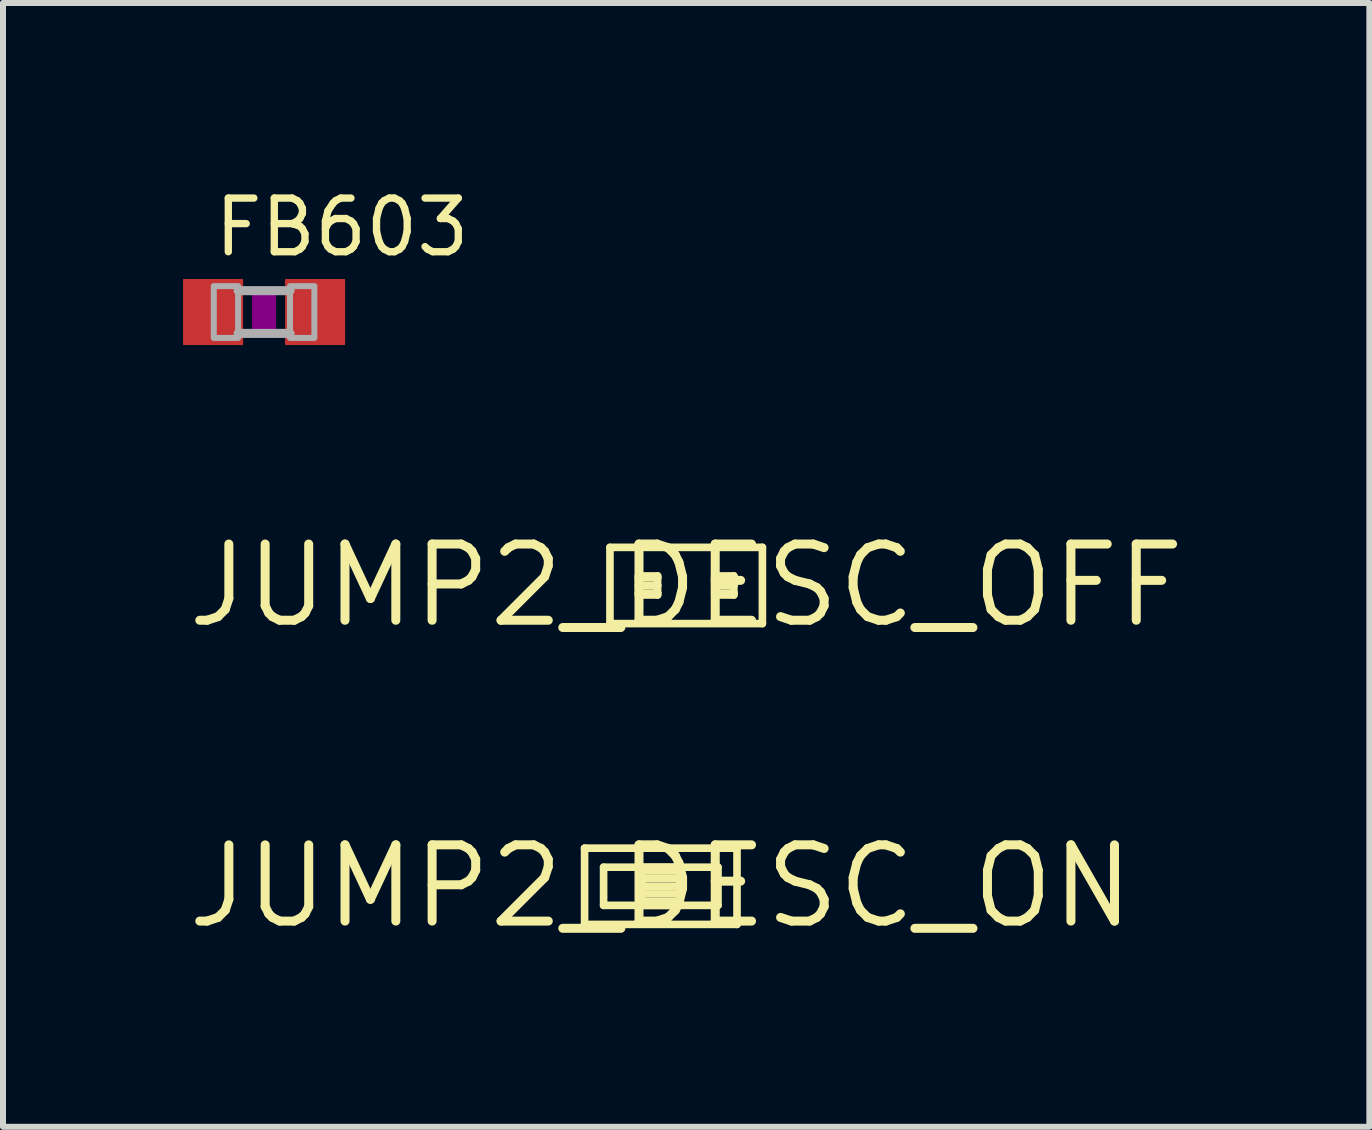
<source format=kicad_pcb>
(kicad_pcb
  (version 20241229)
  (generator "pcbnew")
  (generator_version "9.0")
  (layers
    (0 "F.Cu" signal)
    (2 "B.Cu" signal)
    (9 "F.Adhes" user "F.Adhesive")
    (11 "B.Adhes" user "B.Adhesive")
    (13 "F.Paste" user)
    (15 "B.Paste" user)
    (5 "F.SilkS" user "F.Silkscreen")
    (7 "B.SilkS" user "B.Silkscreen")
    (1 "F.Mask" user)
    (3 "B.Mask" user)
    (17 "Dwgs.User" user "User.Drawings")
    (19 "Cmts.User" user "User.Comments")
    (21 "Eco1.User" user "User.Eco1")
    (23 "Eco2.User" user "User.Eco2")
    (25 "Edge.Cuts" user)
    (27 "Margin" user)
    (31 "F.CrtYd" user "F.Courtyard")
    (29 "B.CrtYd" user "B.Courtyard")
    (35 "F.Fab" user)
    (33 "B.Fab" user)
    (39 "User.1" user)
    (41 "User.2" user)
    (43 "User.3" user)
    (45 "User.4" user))
  (footprint "JUMP2_DESC_ON"
    (layer "F.Cu")
    (at 7.96 11.717)
    (property "Reference" "JUMP2_DESC_ON" (at 0 0 0) (layer "F.SilkS") (effects (font (size 1.27 1.27) (thickness 0.15))))
    (fp_line (start -1.27 -0.635) (end 1.27 -0.635) (stroke (width 0.127) (type solid)) (layer "F.SilkS"))
    (fp_line (start -1.27 0.635) (end -1.27 -0.635) (stroke (width 0.127) (type solid)) (layer "F.SilkS"))
    (fp_line (start -0.953 -0.318) (end 0.953 -0.318) (stroke (width 0.127) (type solid)) (layer "F.SilkS"))
    (fp_line (start -0.953 0.318) (end -0.953 -0.318) (stroke (width 0.127) (type solid)) (layer "F.SilkS"))
    (fp_line (start -0.318 -0.318) (end 0.318 -0.318) (stroke (width 0.127) (type solid)) (layer "F.SilkS"))
    (fp_line (start -0.318 -0.254) (end -0.318 -0.318) (stroke (width 0.127) (type solid)) (layer "F.SilkS"))
    (fp_line (start -0.318 -0.254) (end 0.318 -0.254) (stroke (width 0.127) (type solid)) (layer "F.SilkS"))
    (fp_line (start -0.318 -0.127) (end -0.318 -0.254) (stroke (width 0.127) (type solid)) (layer "F.SilkS"))
    (fp_line (start -0.318 -0.127) (end 0.318 -0.127) (stroke (width 0.127) (type solid)) (layer "F.SilkS"))
    (fp_line (start -0.318 0) (end -0.318 -0.127) (stroke (width 0.127) (type solid)) (layer "F.SilkS"))
    (fp_line (start -0.318 0) (end 0.318 0) (stroke (width 0.127) (type solid)) (layer "F.SilkS"))
    (fp_line (start -0.318 0.127) (end -0.318 0) (stroke (width 0.127) (type solid)) (layer "F.SilkS"))
    (fp_line (start -0.318 0.127) (end 0.318 0.127) (stroke (width 0.127) (type solid)) (layer "F.SilkS"))
    (fp_line (start -0.318 0.254) (end -0.318 0.127) (stroke (width 0.127) (type solid)) (layer "F.SilkS"))
    (fp_line (start -0.318 0.254) (end 0.318 0.254) (stroke (width 0.127) (type solid)) (layer "F.SilkS"))
    (fp_line (start -0.318 0.318) (end -0.318 0.254) (stroke (width 0.127) (type solid)) (layer "F.SilkS"))
    (fp_line (start 0.318 -0.318) (end 0.318 -0.254) (stroke (width 0.127) (type solid)) (layer "F.SilkS"))
    (fp_line (start 0.318 -0.254) (end 0.318 -0.127) (stroke (width 0.127) (type solid)) (layer "F.SilkS"))
    (fp_line (start 0.318 -0.127) (end 0.318 0) (stroke (width 0.127) (type solid)) (layer "F.SilkS"))
    (fp_line (start 0.318 0) (end 0.318 0.127) (stroke (width 0.127) (type solid)) (layer "F.SilkS"))
    (fp_line (start 0.318 0.127) (end 0.318 0.254) (stroke (width 0.127) (type solid)) (layer "F.SilkS"))
    (fp_line (start 0.318 0.254) (end 0.318 0.318) (stroke (width 0.127) (type solid)) (layer "F.SilkS"))
    (fp_line (start 0.318 0.318) (end -0.318 0.318) (stroke (width 0.127) (type solid)) (layer "F.SilkS"))
    (fp_line (start 0.953 -0.318) (end 0.953 0.318) (stroke (width 0.127) (type solid)) (layer "F.SilkS"))
    (fp_line (start 0.953 0.318) (end -0.953 0.318) (stroke (width 0.127) (type solid)) (layer "F.SilkS"))
    (fp_line (start 1.27 -0.635) (end 1.27 0.635) (stroke (width 0.127) (type solid)) (layer "F.SilkS"))
    (fp_line (start 1.27 0.635) (end -1.27 0.635) (stroke (width 0.127) (type solid)) (layer "F.SilkS")))
  (footprint "JUMP2_DESC_OFF"
    (layer "F.Cu")
    (at 8.383 6.705)
    (property "Reference" "JUMP2_DESC_OFF" (at 0 0 0) (layer "F.SilkS") (effects (font (size 1.27 1.27) (thickness 0.15))))
    (fp_line (start -1.27 -0.635) (end 1.27 -0.635) (stroke (width 0.127) (type solid)) (layer "F.SilkS"))
    (fp_line (start -1.27 0.635) (end -1.27 -0.635) (stroke (width 0.127) (type solid)) (layer "F.SilkS"))
    (fp_line (start -0.794 -0.159) (end -0.476 -0.159) (stroke (width 0.127) (type solid)) (layer "F.SilkS"))
    (fp_line (start -0.794 -0.127) (end -0.794 -0.159) (stroke (width 0.127) (type solid)) (layer "F.SilkS"))
    (fp_line (start -0.794 -0.127) (end -0.476 -0.127) (stroke (width 0.127) (type solid)) (layer "F.SilkS"))
    (fp_line (start -0.794 0) (end -0.794 -0.127) (stroke (width 0.127) (type solid)) (layer "F.SilkS"))
    (fp_line (start -0.794 0) (end -0.476 0) (stroke (width 0.127) (type solid)) (layer "F.SilkS"))
    (fp_line (start -0.794 0.127) (end -0.794 0) (stroke (width 0.127) (type solid)) (layer "F.SilkS"))
    (fp_line (start -0.794 0.127) (end -0.476 0.127) (stroke (width 0.127) (type solid)) (layer "F.SilkS"))
    (fp_line (start -0.794 0.159) (end -0.794 0.127) (stroke (width 0.127) (type solid)) (layer "F.SilkS"))
    (fp_line (start -0.476 -0.159) (end -0.476 -0.127) (stroke (width 0.127) (type solid)) (layer "F.SilkS"))
    (fp_line (start -0.476 -0.127) (end -0.476 0) (stroke (width 0.127) (type solid)) (layer "F.SilkS"))
    (fp_line (start -0.476 0) (end -0.476 0.127) (stroke (width 0.127) (type solid)) (layer "F.SilkS"))
    (fp_line (start -0.476 0.127) (end -0.476 0.159) (stroke (width 0.127) (type solid)) (layer "F.SilkS"))
    (fp_line (start -0.476 0.159) (end -0.794 0.159) (stroke (width 0.127) (type solid)) (layer "F.SilkS"))
    (fp_line (start 0.476 -0.159) (end 0.794 -0.159) (stroke (width 0.127) (type solid)) (layer "F.SilkS"))
    (fp_line (start 0.476 -0.127) (end 0.476 -0.159) (stroke (width 0.127) (type solid)) (layer "F.SilkS"))
    (fp_line (start 0.476 -0.127) (end 0.794 -0.127) (stroke (width 0.127) (type solid)) (layer "F.SilkS"))
    (fp_line (start 0.476 0) (end 0.476 -0.127) (stroke (width 0.127) (type solid)) (layer "F.SilkS"))
    (fp_line (start 0.476 0) (end 0.794 0) (stroke (width 0.127) (type solid)) (layer "F.SilkS"))
    (fp_line (start 0.476 0.127) (end 0.476 0) (stroke (width 0.127) (type solid)) (layer "F.SilkS"))
    (fp_line (start 0.476 0.127) (end 0.794 0.127) (stroke (width 0.127) (type solid)) (layer "F.SilkS"))
    (fp_line (start 0.476 0.159) (end 0.476 0.127) (stroke (width 0.127) (type solid)) (layer "F.SilkS"))
    (fp_line (start 0.794 -0.159) (end 0.794 -0.127) (stroke (width 0.127) (type solid)) (layer "F.SilkS"))
    (fp_line (start 0.794 -0.127) (end 0.794 0) (stroke (width 0.127) (type solid)) (layer "F.SilkS"))
    (fp_line (start 0.794 0) (end 0.794 0.127) (stroke (width 0.127) (type solid)) (layer "F.SilkS"))
    (fp_line (start 0.794 0.127) (end 0.794 0.159) (stroke (width 0.127) (type solid)) (layer "F.SilkS"))
    (fp_line (start 0.794 0.159) (end 0.476 0.159) (stroke (width 0.127) (type solid)) (layer "F.SilkS"))
    (fp_line (start 1.27 -0.635) (end 1.27 0.635) (stroke (width 0.127) (type solid)) (layer "F.SilkS"))
    (fp_line (start 1.27 0.635) (end -1.27 0.635) (stroke (width 0.127) (type solid)) (layer "F.SilkS")))
  (footprint "FB603"
    (layer "F.Cu")
    (at 1.35 2.149)
    (property "Reference" "FB603" (at -0.889 -0.889 0) (layer "F.SilkS") (effects (font (size 0.894 0.894) (thickness 0.122)) (justify left bottom)))
    (fp_poly (pts (xy -0.2 0.4) (xy 0.2 0.4) (xy 0.2 -0.4) (xy -0.2 -0.4)) (stroke (width 0) (type default)) (fill yes) (layer "F.Adhes"))
    (fp_line (start -0.432 0.356) (end 0.432 0.356) (stroke (width 0.152) (type solid)) (layer "F.Fab"))
    (fp_line (start 0.432 -0.356) (end -0.432 -0.356) (stroke (width 0.152) (type solid)) (layer "F.Fab"))
    (fp_poly (pts (xy -0.838 0.432) (xy -0.432 0.432) (xy -0.432 -0.432) (xy -0.838 -0.432)) (stroke (width 0.1) (type default)) (fill no) (layer "F.Fab"))
    (fp_poly (pts (xy 0.432 0.432) (xy 0.838 0.432) (xy 0.838 -0.432) (xy 0.432 -0.432)) (stroke (width 0.1) (type default)) (fill no) (layer "F.Fab"))
    (pad "1" smd rect (at -0.85 0) (size 1 1.1) (layers "F.Cu" "F.Mask" "F.Paste"))
    (pad "2" smd rect (at 0.85 0) (size 1 1.1) (layers "F.Cu" "F.Mask" "F.Paste")))
  (gr_rect
    (start -3 -3)
    (end 19.766 15.724)
    (stroke (width 0.1) (type default))
    (fill no)
    (layer "Edge.Cuts")))
</source>
